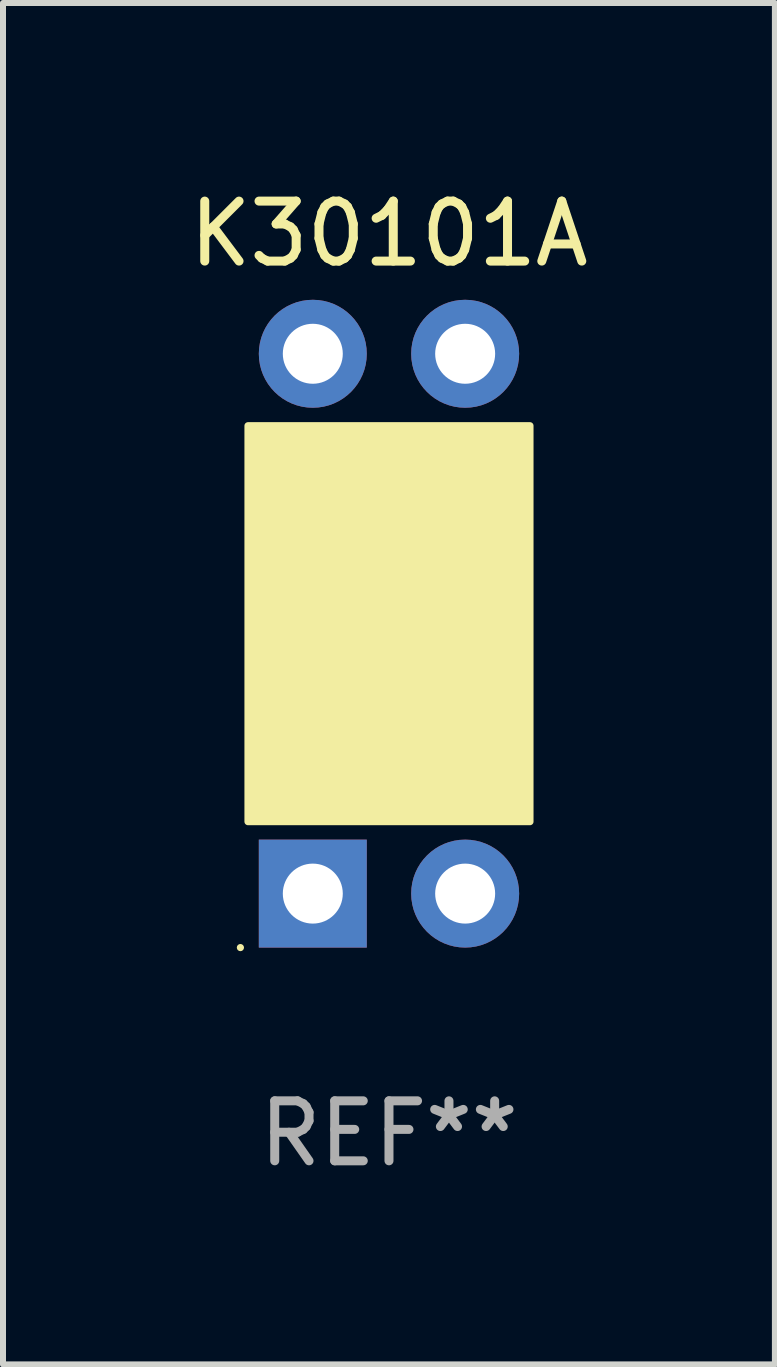
<source format=kicad_pcb>
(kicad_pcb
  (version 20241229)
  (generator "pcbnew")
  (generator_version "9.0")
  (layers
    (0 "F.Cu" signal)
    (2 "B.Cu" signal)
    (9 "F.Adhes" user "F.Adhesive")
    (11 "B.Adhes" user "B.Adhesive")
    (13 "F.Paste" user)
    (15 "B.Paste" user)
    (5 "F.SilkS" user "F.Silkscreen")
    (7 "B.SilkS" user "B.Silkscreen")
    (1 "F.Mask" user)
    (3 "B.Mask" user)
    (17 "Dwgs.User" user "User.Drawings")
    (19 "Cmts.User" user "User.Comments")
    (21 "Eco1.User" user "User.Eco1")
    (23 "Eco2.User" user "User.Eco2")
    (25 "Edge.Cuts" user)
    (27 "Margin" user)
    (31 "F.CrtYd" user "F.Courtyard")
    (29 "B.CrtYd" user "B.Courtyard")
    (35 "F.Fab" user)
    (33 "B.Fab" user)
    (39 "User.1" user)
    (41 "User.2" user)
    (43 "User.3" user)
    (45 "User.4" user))
  (footprint "K30101A"
    (layer "F.Cu")
    (at 3.435 7.348)
    (property "Reference" "K30101A" (at 0 -6.5 0) (layer "F.SilkS") (effects (font (size 1 1) (thickness 0.15))))
    (attr through_hole)
    (fp_circle (center -2.477 5.4) (end -2.447 5.4) (stroke (width 0.06) (type solid)) (fill no) (layer "F.SilkS"))
    (fp_circle (center -1.798 2.727) (end -1.586 2.727) (stroke (width 0.254) (type solid)) (fill no) (layer "F.SilkS"))
    (fp_poly (pts (xy -2.35 -3.3) (xy 2.35 -3.3) (xy 2.35 3.3) (xy -2.35 3.3)) (stroke (width 0.12) (type solid)) (fill yes) (layer "F.SilkS"))
    (fp_text user "REF**" (at 0 8.5 0) (layer "F.Fab") (effects (font (size 1 1) (thickness 0.15))))
    (pad "1" thru_hole rect (at -1.27 4.5 90) (size 1.8 1.8) (drill 1) (layers "*.Cu" "*.Mask"))
    (pad "2" thru_hole circle (at 1.27 4.5) (size 1.8 1.8) (drill 1) (layers "*.Cu" "*.Mask"))
    (pad "3" thru_hole circle (at 1.27 -4.5) (size 1.8 1.8) (drill 1) (layers "*.Cu" "*.Mask"))
    (pad "4" thru_hole circle (at -1.27 -4.5) (size 1.8 1.8) (drill 1) (layers "*.Cu" "*.Mask")))
  (gr_rect
    (start -3 -3)
    (end 9.869 19.697)
    (stroke (width 0.1) (type default))
    (fill no)
    (layer "Edge.Cuts")))
</source>
